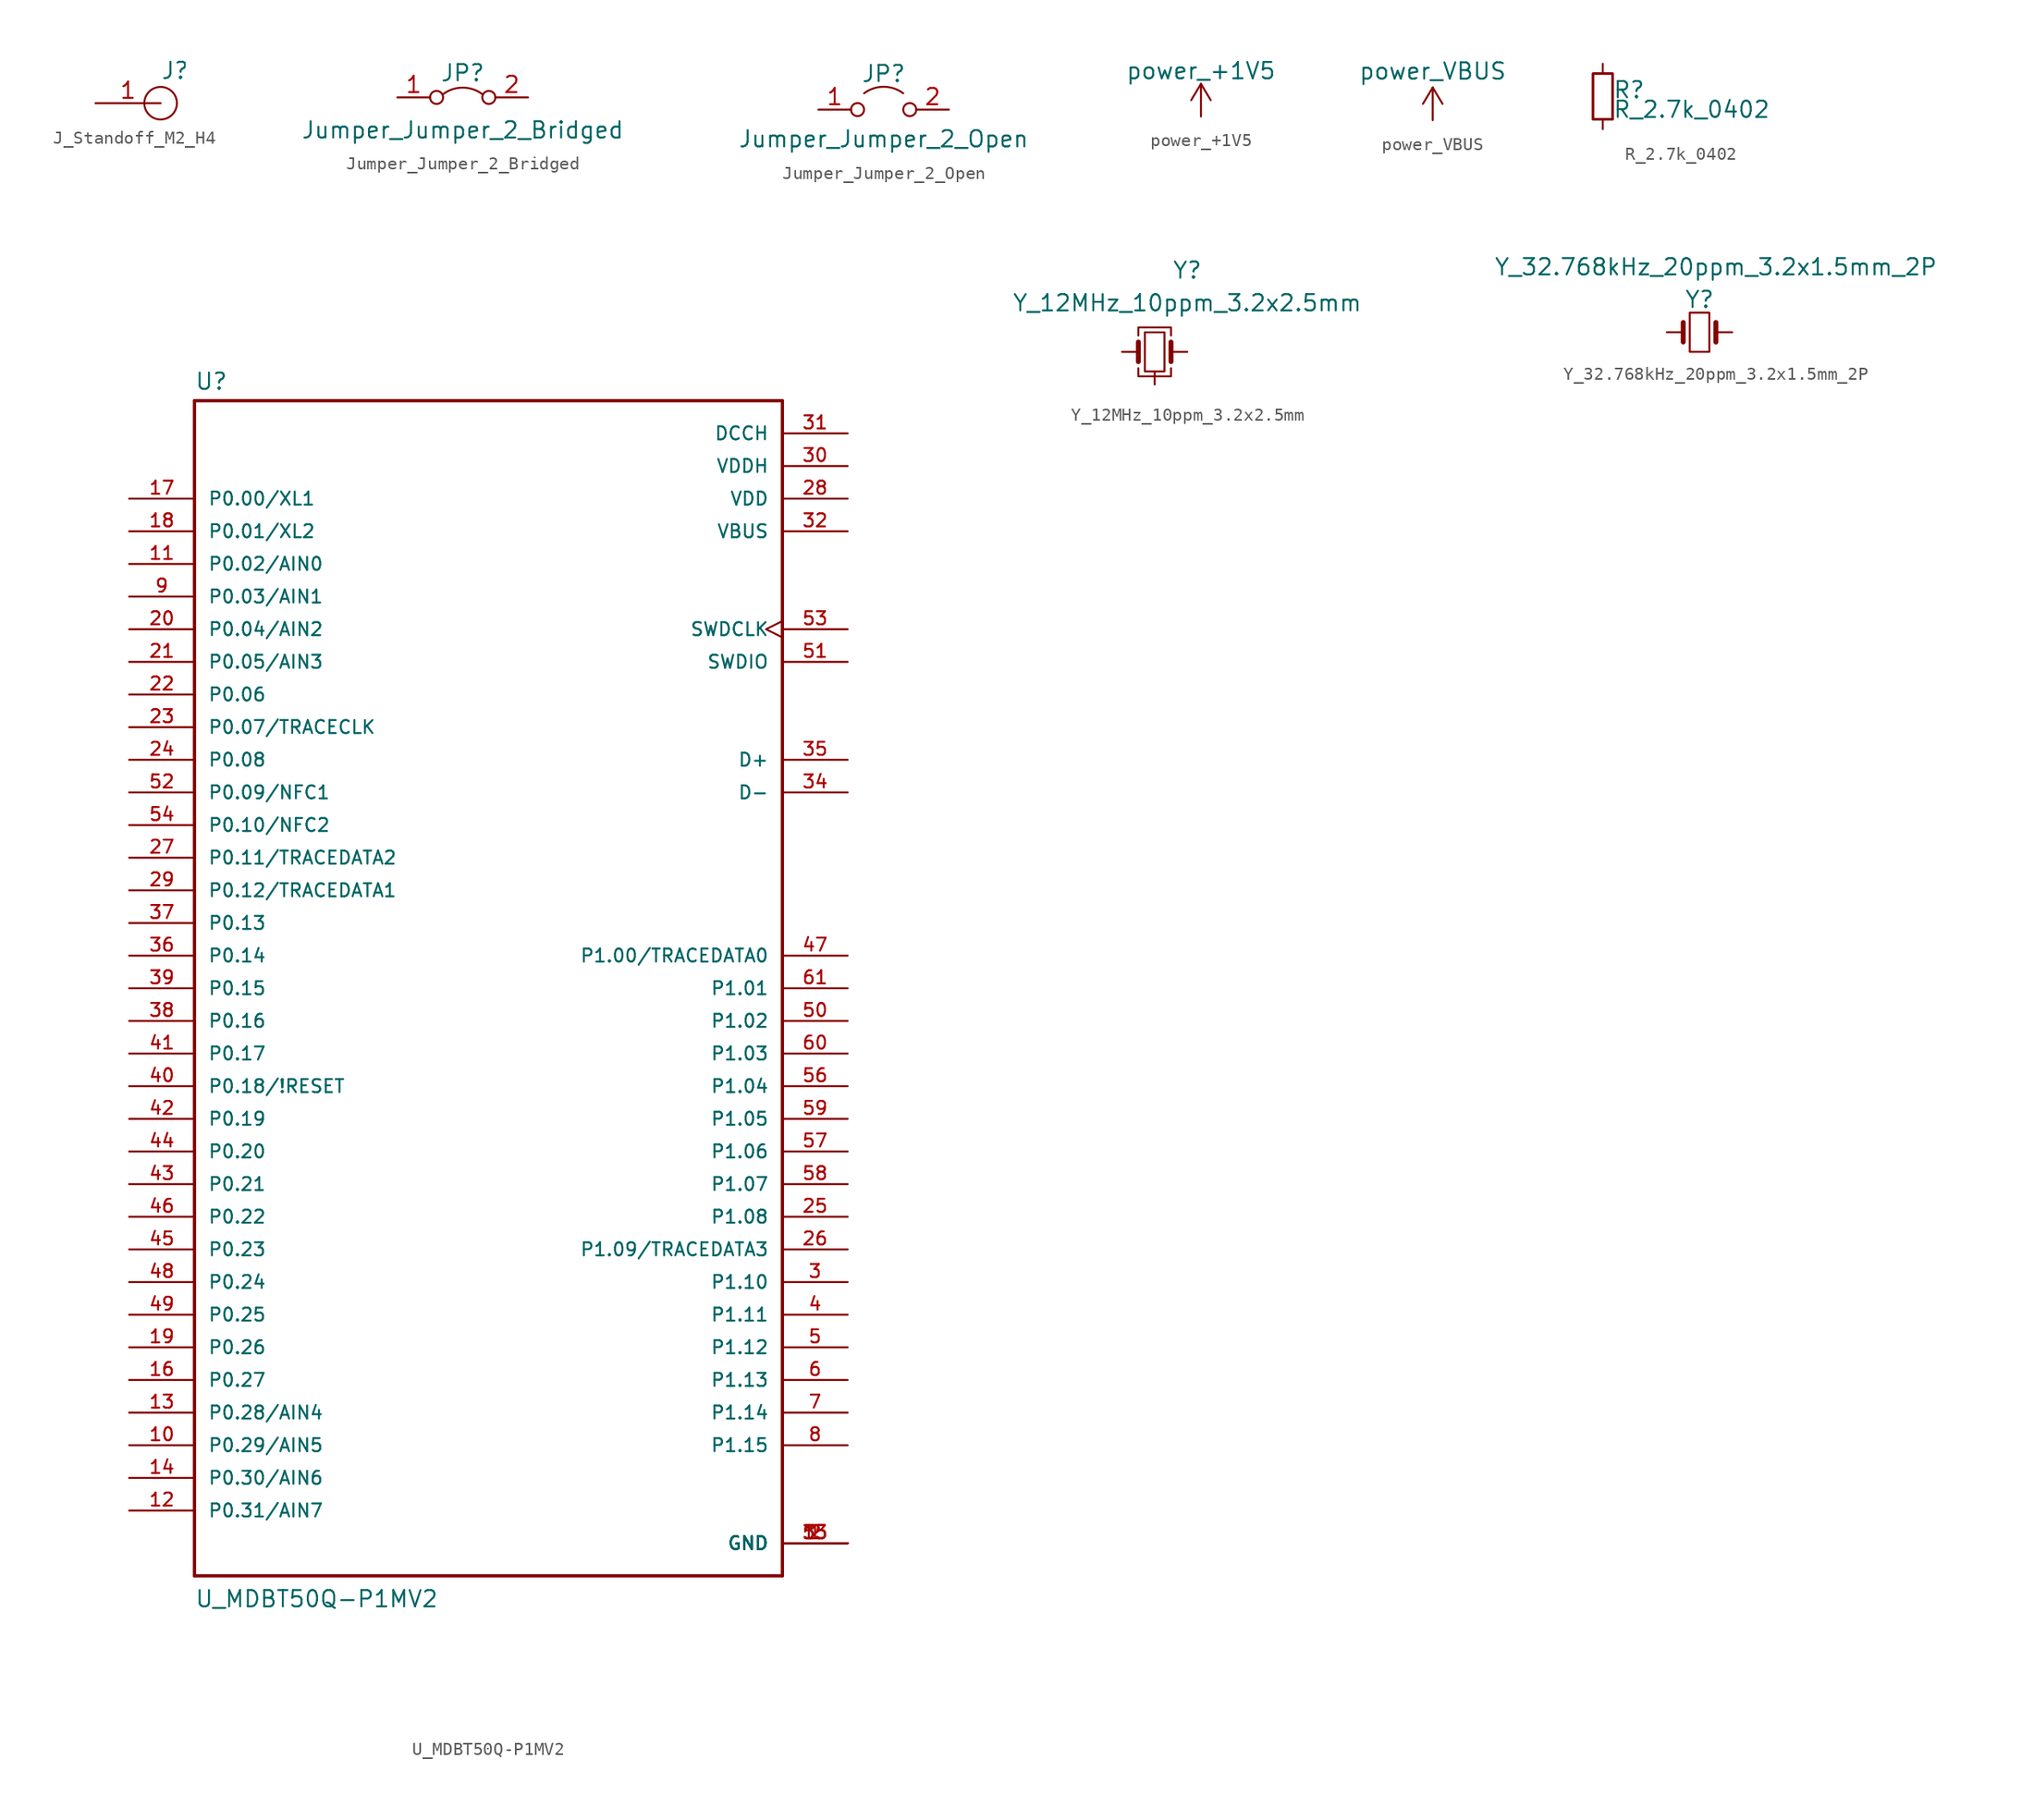
<source format=kicad_sym>
(kicad_symbol_lib
  (version 20211014)
  (generator kicad_symbol_editor)
  (symbol "J_Standoff_M2_H4"
    (pin_names
      (offset 0.762))
    (property "Reference" "J"
      (at 0 2.54 0)
      (effects (font (size 1.27 1.27)) (justify left)))
    (symbol "J_Standoff_M2_H4_0_0"
      (pin passive line (at -5.08 0 0) (length 5.08) (name "~" (effects (font (size 1.27 1.27)))) (number "1" (effects (font (size 1.27 1.27))))))
    (symbol "J_Standoff_M2_H4_0_1"
      (circle (center 0 0) (radius 1.27) (stroke (width 0) (type default) (color 0 0 0 0)) (fill (type none)))))
  (symbol "Jumper_Jumper_2_Bridged"
    (pin_names
      (offset 0) hide)
    (property "Reference" "JP"
      (at 0 1.905 0)
      (effects (font (size 1.27 1.27))))
    (property "Value" "Jumper_Jumper_2_Bridged"
      (at 0 -2.54 0)
      (effects (font (size 1.27 1.27))))
    (symbol "Jumper_Jumper_2_Bridged_0_0"
      (circle (center -2.032 0) (radius 0.508) (stroke (width 0) (type default) (color 0 0 0 0)) (fill (type none)))
      (circle (center 2.032 0) (radius 0.508) (stroke (width 0) (type default) (color 0 0 0 0)) (fill (type none))))
    (symbol "Jumper_Jumper_2_Bridged_0_1"
      (arc (start 1.524 0.254) (mid 0 0.762) (end -1.524 0.254) (stroke (width 0) (type default) (color 0 0 0 0)) (fill (type none))))
    (symbol "Jumper_Jumper_2_Bridged_1_1"
      (pin passive line (at -5.08 0 0) (length 2.54) (name "A" (effects (font (size 1.27 1.27)))) (number "1" (effects (font (size 1.27 1.27)))))
      (pin passive line (at 5.08 0 180) (length 2.54) (name "B" (effects (font (size 1.27 1.27)))) (number "2" (effects (font (size 1.27 1.27)))))))
  (symbol "Jumper_Jumper_2_Open"
    (pin_names
      (offset 0) hide)
    (property "Reference" "JP"
      (at 0 2.794 0)
      (effects (font (size 1.27 1.27))))
    (property "Value" "Jumper_Jumper_2_Open"
      (at 0 -2.286 0)
      (effects (font (size 1.27 1.27))))
    (symbol "Jumper_Jumper_2_Open_0_0"
      (circle (center -2.032 0) (radius 0.508) (stroke (width 0) (type default) (color 0 0 0 0)) (fill (type none)))
      (circle (center 2.032 0) (radius 0.508) (stroke (width 0) (type default) (color 0 0 0 0)) (fill (type none))))
    (symbol "Jumper_Jumper_2_Open_0_1"
      (arc (start 1.524 1.27) (mid 0 1.778) (end -1.524 1.27) (stroke (width 0) (type default) (color 0 0 0 0)) (fill (type none))))
    (symbol "Jumper_Jumper_2_Open_1_1"
      (pin passive line (at -5.08 0 0) (length 2.54) (name "A" (effects (font (size 1.27 1.27)))) (number "1" (effects (font (size 1.27 1.27)))))
      (pin passive line (at 5.08 0 180) (length 2.54) (name "B" (effects (font (size 1.27 1.27)))) (number "2" (effects (font (size 1.27 1.27)))))))
  (symbol "power_+1V5"
    (power)
    (pin_names
      (offset 0))
    (property "Reference" "#PWR"
      (at 0 -3.81 0)
      (effects (font (size 1.27 1.27)) hide))
    (property "Value" "power_+1V5"
      (at 0 3.556 0)
      (effects (font (size 1.27 1.27))))
    (symbol "power_+1V5_0_1"
      (polyline (pts (xy -0.762 1.27) (xy 0 2.54)) (stroke (width 0) (type default) (color 0 0 0 0)) (fill (type none)))
      (polyline (pts (xy 0 0) (xy 0 2.54)) (stroke (width 0) (type default) (color 0 0 0 0)) (fill (type none)))
      (polyline (pts (xy 0 2.54) (xy 0.762 1.27)) (stroke (width 0) (type default) (color 0 0 0 0)) (fill (type none))))
    (symbol "power_+1V5_1_1"
      (pin power_in line (at 0 0 90) (length 0) hide (name "+1V5" (effects (font (size 1.27 1.27)))) (number "1" (effects (font (size 1.27 1.27)))))))
  (symbol "power_VBUS"
    (power)
    (pin_names
      (offset 0))
    (property "Reference" "#PWR"
      (at 0 -3.81 0)
      (effects (font (size 1.27 1.27)) hide))
    (property "Value" "power_VBUS"
      (at 0 3.81 0)
      (effects (font (size 1.27 1.27))))
    (symbol "power_VBUS_0_1"
      (polyline (pts (xy -0.762 1.27) (xy 0 2.54)) (stroke (width 0) (type default) (color 0 0 0 0)) (fill (type none)))
      (polyline (pts (xy 0 0) (xy 0 2.54)) (stroke (width 0) (type default) (color 0 0 0 0)) (fill (type none)))
      (polyline (pts (xy 0 2.54) (xy 0.762 1.27)) (stroke (width 0) (type default) (color 0 0 0 0)) (fill (type none))))
    (symbol "power_VBUS_1_1"
      (pin power_in line (at 0 0 90) (length 0) hide (name "VBUS" (effects (font (size 1.27 1.27)))) (number "1" (effects (font (size 1.27 1.27)))))))
  (symbol "R_2.7k_0402"
    (pin_numbers hide)
    (pin_names
      (offset 0.254) hide)
    (property "Reference" "R"
      (at 0.762 0.508 0)
      (effects (font (size 1.27 1.27)) (justify left)))
    (property "Value" "R_2.7k_0402"
      (at 0.762 -1.016 0)
      (effects (font (size 1.27 1.27)) (justify left)))
    (symbol "R_2.7k_0402_0_1"
      (rectangle (start -0.762 1.778) (end 0.762 -1.778) (stroke (width 0.203) (type default) (color 0 0 0 0)) (fill (type none))))
    (symbol "R_2.7k_0402_1_1"
      (pin passive line (at 0 2.54 270) (length 0.762) (name "~" (effects (font (size 1.27 1.27)))) (number "1" (effects (font (size 1.27 1.27)))))
      (pin passive line (at 0 -2.54 90) (length 0.762) (name "~" (effects (font (size 1.27 1.27)))) (number "2" (effects (font (size 1.27 1.27)))))))
  (symbol "U_MDBT50Q-P1MV2"
    (pin_names
      (offset 1.016))
    (property "Reference" "U"
      (at -22.86 46.482 0)
      (effects (font (size 1.27 1.27)) (justify left bottom)))
    (property "Value" "U_MDBT50Q-P1MV2"
      (at -22.86 -48.26 0)
      (effects (font (size 1.27 1.27)) (justify left bottom)))
    (symbol "U_MDBT50Q-P1MV2_0_0"
      (polyline (pts (xy -22.86 -45.72) (xy -22.86 45.72)) (stroke (width 0.254) (type default) (color 0 0 0 0)) (fill (type none)))
      (polyline (pts (xy -22.86 45.72) (xy 22.86 45.72)) (stroke (width 0.254) (type default) (color 0 0 0 0)) (fill (type none)))
      (polyline (pts (xy 22.86 -45.72) (xy -22.86 -45.72)) (stroke (width 0.254) (type default) (color 0 0 0 0)) (fill (type none)))
      (polyline (pts (xy 22.86 45.72) (xy 22.86 -45.72)) (stroke (width 0.254) (type default) (color 0 0 0 0)) (fill (type none)))
      (pin power_in line (at 27.94 -43.18 180) (length 5.08) (name "GND" (effects (font (size 1.016 1.016)))) (number "1" (effects (font (size 1.016 1.016)))))
      (pin bidirectional line (at -27.94 -35.56 0) (length 5.08) (name "P0.29/AIN5" (effects (font (size 1.016 1.016)))) (number "10" (effects (font (size 1.016 1.016)))))
      (pin bidirectional line (at -27.94 33.02 0) (length 5.08) (name "P0.02/AIN0" (effects (font (size 1.016 1.016)))) (number "11" (effects (font (size 1.016 1.016)))))
      (pin bidirectional line (at -27.94 -40.64 0) (length 5.08) (name "P0.31/AIN7" (effects (font (size 1.016 1.016)))) (number "12" (effects (font (size 1.016 1.016)))))
      (pin bidirectional line (at -27.94 -33.02 0) (length 5.08) (name "P0.28/AIN4" (effects (font (size 1.016 1.016)))) (number "13" (effects (font (size 1.016 1.016)))))
      (pin bidirectional line (at -27.94 -38.1 0) (length 5.08) (name "P0.30/AIN6" (effects (font (size 1.016 1.016)))) (number "14" (effects (font (size 1.016 1.016)))))
      (pin power_in line (at 27.94 -43.18 180) (length 5.08) (name "GND" (effects (font (size 1.016 1.016)))) (number "15" (effects (font (size 1.016 1.016)))))
      (pin bidirectional line (at -27.94 -30.48 0) (length 5.08) (name "P0.27" (effects (font (size 1.016 1.016)))) (number "16" (effects (font (size 1.016 1.016)))))
      (pin bidirectional line (at -27.94 38.1 0) (length 5.08) (name "P0.00/XL1" (effects (font (size 1.016 1.016)))) (number "17" (effects (font (size 1.016 1.016)))))
      (pin bidirectional line (at -27.94 35.56 0) (length 5.08) (name "P0.01/XL2" (effects (font (size 1.016 1.016)))) (number "18" (effects (font (size 1.016 1.016)))))
      (pin bidirectional line (at -27.94 -27.94 0) (length 5.08) (name "P0.26" (effects (font (size 1.016 1.016)))) (number "19" (effects (font (size 1.016 1.016)))))
      (pin power_in line (at 27.94 -43.18 180) (length 5.08) (name "GND" (effects (font (size 1.016 1.016)))) (number "2" (effects (font (size 1.016 1.016)))))
      (pin bidirectional line (at -27.94 27.94 0) (length 5.08) (name "P0.04/AIN2" (effects (font (size 1.016 1.016)))) (number "20" (effects (font (size 1.016 1.016)))))
      (pin bidirectional line (at -27.94 25.4 0) (length 5.08) (name "P0.05/AIN3" (effects (font (size 1.016 1.016)))) (number "21" (effects (font (size 1.016 1.016)))))
      (pin bidirectional line (at -27.94 22.86 0) (length 5.08) (name "P0.06" (effects (font (size 1.016 1.016)))) (number "22" (effects (font (size 1.016 1.016)))))
      (pin bidirectional line (at -27.94 20.32 0) (length 5.08) (name "P0.07/TRACECLK" (effects (font (size 1.016 1.016)))) (number "23" (effects (font (size 1.016 1.016)))))
      (pin bidirectional line (at -27.94 17.78 0) (length 5.08) (name "P0.08" (effects (font (size 1.016 1.016)))) (number "24" (effects (font (size 1.016 1.016)))))
      (pin bidirectional line (at 27.94 -17.78 180) (length 5.08) (name "P1.08" (effects (font (size 1.016 1.016)))) (number "25" (effects (font (size 1.016 1.016)))))
      (pin bidirectional line (at 27.94 -20.32 180) (length 5.08) (name "P1.09/TRACEDATA3" (effects (font (size 1.016 1.016)))) (number "26" (effects (font (size 1.016 1.016)))))
      (pin bidirectional line (at -27.94 10.16 0) (length 5.08) (name "P0.11/TRACEDATA2" (effects (font (size 1.016 1.016)))) (number "27" (effects (font (size 1.016 1.016)))))
      (pin power_in line (at 27.94 38.1 180) (length 5.08) (name "VDD" (effects (font (size 1.016 1.016)))) (number "28" (effects (font (size 1.016 1.016)))))
      (pin bidirectional line (at -27.94 7.62 0) (length 5.08) (name "P0.12/TRACEDATA1" (effects (font (size 1.016 1.016)))) (number "29" (effects (font (size 1.016 1.016)))))
      (pin bidirectional line (at 27.94 -22.86 180) (length 5.08) (name "P1.10" (effects (font (size 1.016 1.016)))) (number "3" (effects (font (size 1.016 1.016)))))
      (pin power_in line (at 27.94 40.64 180) (length 5.08) (name "VDDH" (effects (font (size 1.016 1.016)))) (number "30" (effects (font (size 1.016 1.016)))))
      (pin power_in line (at 27.94 43.18 180) (length 5.08) (name "DCCH" (effects (font (size 1.016 1.016)))) (number "31" (effects (font (size 1.016 1.016)))))
      (pin power_in line (at 27.94 35.56 180) (length 5.08) (name "VBUS" (effects (font (size 1.016 1.016)))) (number "32" (effects (font (size 1.016 1.016)))))
      (pin power_in line (at 27.94 -43.18 180) (length 5.08) (name "GND" (effects (font (size 1.016 1.016)))) (number "33" (effects (font (size 1.016 1.016)))))
      (pin bidirectional line (at 27.94 15.24 180) (length 5.08) (name "D-" (effects (font (size 1.016 1.016)))) (number "34" (effects (font (size 1.016 1.016)))))
      (pin bidirectional line (at 27.94 17.78 180) (length 5.08) (name "D+" (effects (font (size 1.016 1.016)))) (number "35" (effects (font (size 1.016 1.016)))))
      (pin bidirectional line (at -27.94 2.54 0) (length 5.08) (name "P0.14" (effects (font (size 1.016 1.016)))) (number "36" (effects (font (size 1.016 1.016)))))
      (pin bidirectional line (at -27.94 5.08 0) (length 5.08) (name "P0.13" (effects (font (size 1.016 1.016)))) (number "37" (effects (font (size 1.016 1.016)))))
      (pin bidirectional line (at -27.94 -2.54 0) (length 5.08) (name "P0.16" (effects (font (size 1.016 1.016)))) (number "38" (effects (font (size 1.016 1.016)))))
      (pin bidirectional line (at -27.94 0 0) (length 5.08) (name "P0.15" (effects (font (size 1.016 1.016)))) (number "39" (effects (font (size 1.016 1.016)))))
      (pin bidirectional line (at 27.94 -25.4 180) (length 5.08) (name "P1.11" (effects (font (size 1.016 1.016)))) (number "4" (effects (font (size 1.016 1.016)))))
      (pin bidirectional line (at -27.94 -7.62 0) (length 5.08) (name "P0.18/!RESET" (effects (font (size 1.016 1.016)))) (number "40" (effects (font (size 1.016 1.016)))))
      (pin bidirectional line (at -27.94 -5.08 0) (length 5.08) (name "P0.17" (effects (font (size 1.016 1.016)))) (number "41" (effects (font (size 1.016 1.016)))))
      (pin bidirectional line (at -27.94 -10.16 0) (length 5.08) (name "P0.19" (effects (font (size 1.016 1.016)))) (number "42" (effects (font (size 1.016 1.016)))))
      (pin bidirectional line (at -27.94 -15.24 0) (length 5.08) (name "P0.21" (effects (font (size 1.016 1.016)))) (number "43" (effects (font (size 1.016 1.016)))))
      (pin bidirectional line (at -27.94 -12.7 0) (length 5.08) (name "P0.20" (effects (font (size 1.016 1.016)))) (number "44" (effects (font (size 1.016 1.016)))))
      (pin bidirectional line (at -27.94 -20.32 0) (length 5.08) (name "P0.23" (effects (font (size 1.016 1.016)))) (number "45" (effects (font (size 1.016 1.016)))))
      (pin bidirectional line (at -27.94 -17.78 0) (length 5.08) (name "P0.22" (effects (font (size 1.016 1.016)))) (number "46" (effects (font (size 1.016 1.016)))))
      (pin bidirectional line (at 27.94 2.54 180) (length 5.08) (name "P1.00/TRACEDATA0" (effects (font (size 1.016 1.016)))) (number "47" (effects (font (size 1.016 1.016)))))
      (pin bidirectional line (at -27.94 -22.86 0) (length 5.08) (name "P0.24" (effects (font (size 1.016 1.016)))) (number "48" (effects (font (size 1.016 1.016)))))
      (pin bidirectional line (at -27.94 -25.4 0) (length 5.08) (name "P0.25" (effects (font (size 1.016 1.016)))) (number "49" (effects (font (size 1.016 1.016)))))
      (pin bidirectional line (at 27.94 -27.94 180) (length 5.08) (name "P1.12" (effects (font (size 1.016 1.016)))) (number "5" (effects (font (size 1.016 1.016)))))
      (pin bidirectional line (at 27.94 -2.54 180) (length 5.08) (name "P1.02" (effects (font (size 1.016 1.016)))) (number "50" (effects (font (size 1.016 1.016)))))
      (pin bidirectional line (at 27.94 25.4 180) (length 5.08) (name "SWDIO" (effects (font (size 1.016 1.016)))) (number "51" (effects (font (size 1.016 1.016)))))
      (pin bidirectional line (at -27.94 15.24 0) (length 5.08) (name "P0.09/NFC1" (effects (font (size 1.016 1.016)))) (number "52" (effects (font (size 1.016 1.016)))))
      (pin input clock (at 27.94 27.94 180) (length 5.08) (name "SWDCLK" (effects (font (size 1.016 1.016)))) (number "53" (effects (font (size 1.016 1.016)))))
      (pin bidirectional line (at -27.94 12.7 0) (length 5.08) (name "P0.10/NFC2" (effects (font (size 1.016 1.016)))) (number "54" (effects (font (size 1.016 1.016)))))
      (pin power_in line (at 27.94 -43.18 180) (length 5.08) (name "GND" (effects (font (size 1.016 1.016)))) (number "55" (effects (font (size 1.016 1.016)))))
      (pin bidirectional line (at 27.94 -7.62 180) (length 5.08) (name "P1.04" (effects (font (size 1.016 1.016)))) (number "56" (effects (font (size 1.016 1.016)))))
      (pin bidirectional line (at 27.94 -12.7 180) (length 5.08) (name "P1.06" (effects (font (size 1.016 1.016)))) (number "57" (effects (font (size 1.016 1.016)))))
      (pin bidirectional line (at 27.94 -15.24 180) (length 5.08) (name "P1.07" (effects (font (size 1.016 1.016)))) (number "58" (effects (font (size 1.016 1.016)))))
      (pin bidirectional line (at 27.94 -10.16 180) (length 5.08) (name "P1.05" (effects (font (size 1.016 1.016)))) (number "59" (effects (font (size 1.016 1.016)))))
      (pin bidirectional line (at 27.94 -30.48 180) (length 5.08) (name "P1.13" (effects (font (size 1.016 1.016)))) (number "6" (effects (font (size 1.016 1.016)))))
      (pin bidirectional line (at 27.94 -5.08 180) (length 5.08) (name "P1.03" (effects (font (size 1.016 1.016)))) (number "60" (effects (font (size 1.016 1.016)))))
      (pin bidirectional line (at 27.94 0 180) (length 5.08) (name "P1.01" (effects (font (size 1.016 1.016)))) (number "61" (effects (font (size 1.016 1.016)))))
      (pin bidirectional line (at 27.94 -33.02 180) (length 5.08) (name "P1.14" (effects (font (size 1.016 1.016)))) (number "7" (effects (font (size 1.016 1.016)))))
      (pin bidirectional line (at 27.94 -35.56 180) (length 5.08) (name "P1.15" (effects (font (size 1.016 1.016)))) (number "8" (effects (font (size 1.016 1.016)))))
      (pin bidirectional line (at -27.94 30.48 0) (length 5.08) (name "P0.03/AIN1" (effects (font (size 1.016 1.016)))) (number "9" (effects (font (size 1.016 1.016)))))))
  (symbol "Y_12MHz_10ppm_3.2x2.5mm"
    (pin_numbers hide)
    (pin_names
      (offset 1.016) hide)
    (property "Reference" "Y"
      (at 2.54 5.08 0)
      (effects (font (size 1.27 1.27))))
    (property "Value" "Y_12MHz_10ppm_3.2x2.5mm"
      (at 2.54 2.54 0)
      (effects (font (size 1.27 1.27))))
    (symbol "Y_12MHz_10ppm_3.2x2.5mm_1_1"
      (rectangle (start -0.762 -2.794) (end 0.762 0.254) (stroke (width 0) (type default) (color 0 0 0 0)) (fill (type none)))
      (polyline (pts (xy -1.27 -2.032) (xy -1.27 -0.508)) (stroke (width 0.381) (type default) (color 0 0 0 0)) (fill (type none)))
      (polyline (pts (xy 1.27 -2.032) (xy 1.27 -0.508)) (stroke (width 0.381) (type default) (color 0 0 0 0)) (fill (type none)))
      (polyline (pts (xy -1.27 -2.54) (xy -1.27 -3.175) (xy 1.27 -3.175) (xy 1.27 -2.54)) (stroke (width 0) (type default) (color 0 0 0 0)) (fill (type none)))
      (polyline (pts (xy -1.27 0) (xy -1.27 0.635) (xy 1.27 0.635) (xy 1.27 0)) (stroke (width 0) (type default) (color 0 0 0 0)) (fill (type none)))
      (pin passive line (at -2.54 -1.27 0) (length 1.27) (name "1" (effects (font (size 1.27 1.27)))) (number "1" (effects (font (size 0.762 0.762)))))
      (pin passive line (at 0 -3.81 90) (length 0.991) (name "2" (effects (font (size 1.27 1.27)))) (number "2" (effects (font (size 1.27 1.27)))))
      (pin passive line (at 2.54 -1.27 180) (length 1.27) (name "3" (effects (font (size 1.27 1.27)))) (number "3" (effects (font (size 0.762 0.762)))))
      (pin passive line (at 0 -3.81 90) (length 0.991) hide (name "4" (effects (font (size 1.27 1.27)))) (number "4" (effects (font (size 1.27 1.27)))))))
  (symbol "Y_32.768kHz_20ppm_3.2x1.5mm_2P"
    (pin_numbers hide)
    (pin_names
      (offset 1.016) hide)
    (property "Reference" "Y"
      (at 0 2.54 0)
      (effects (font (size 1.27 1.27))))
    (property "Value" "Y_32.768kHz_20ppm_3.2x1.5mm_2P"
      (at 1.27 5.08 0)
      (effects (font (size 1.27 1.27))))
    (symbol "Y_32.768kHz_20ppm_3.2x1.5mm_2P_0_1"
      (rectangle (start -0.762 -1.524) (end 0.762 1.524) (stroke (width 0) (type default) (color 0 0 0 0)) (fill (type none)))
      (polyline (pts (xy -1.27 -0.762) (xy -1.27 0.762)) (stroke (width 0.381) (type default) (color 0 0 0 0)) (fill (type none)))
      (polyline (pts (xy 1.27 -0.762) (xy 1.27 0.762)) (stroke (width 0.381) (type default) (color 0 0 0 0)) (fill (type none))))
    (symbol "Y_32.768kHz_20ppm_3.2x1.5mm_2P_1_1"
      (pin passive line (at -2.54 0 0) (length 1.27) (name "1" (effects (font (size 1.27 1.27)))) (number "1" (effects (font (size 1.27 1.27)))))
      (pin passive line (at 2.54 0 180) (length 1.27) (name "2" (effects (font (size 1.27 1.27)))) (number "2" (effects (font (size 1.27 1.27))))))))
</source>
